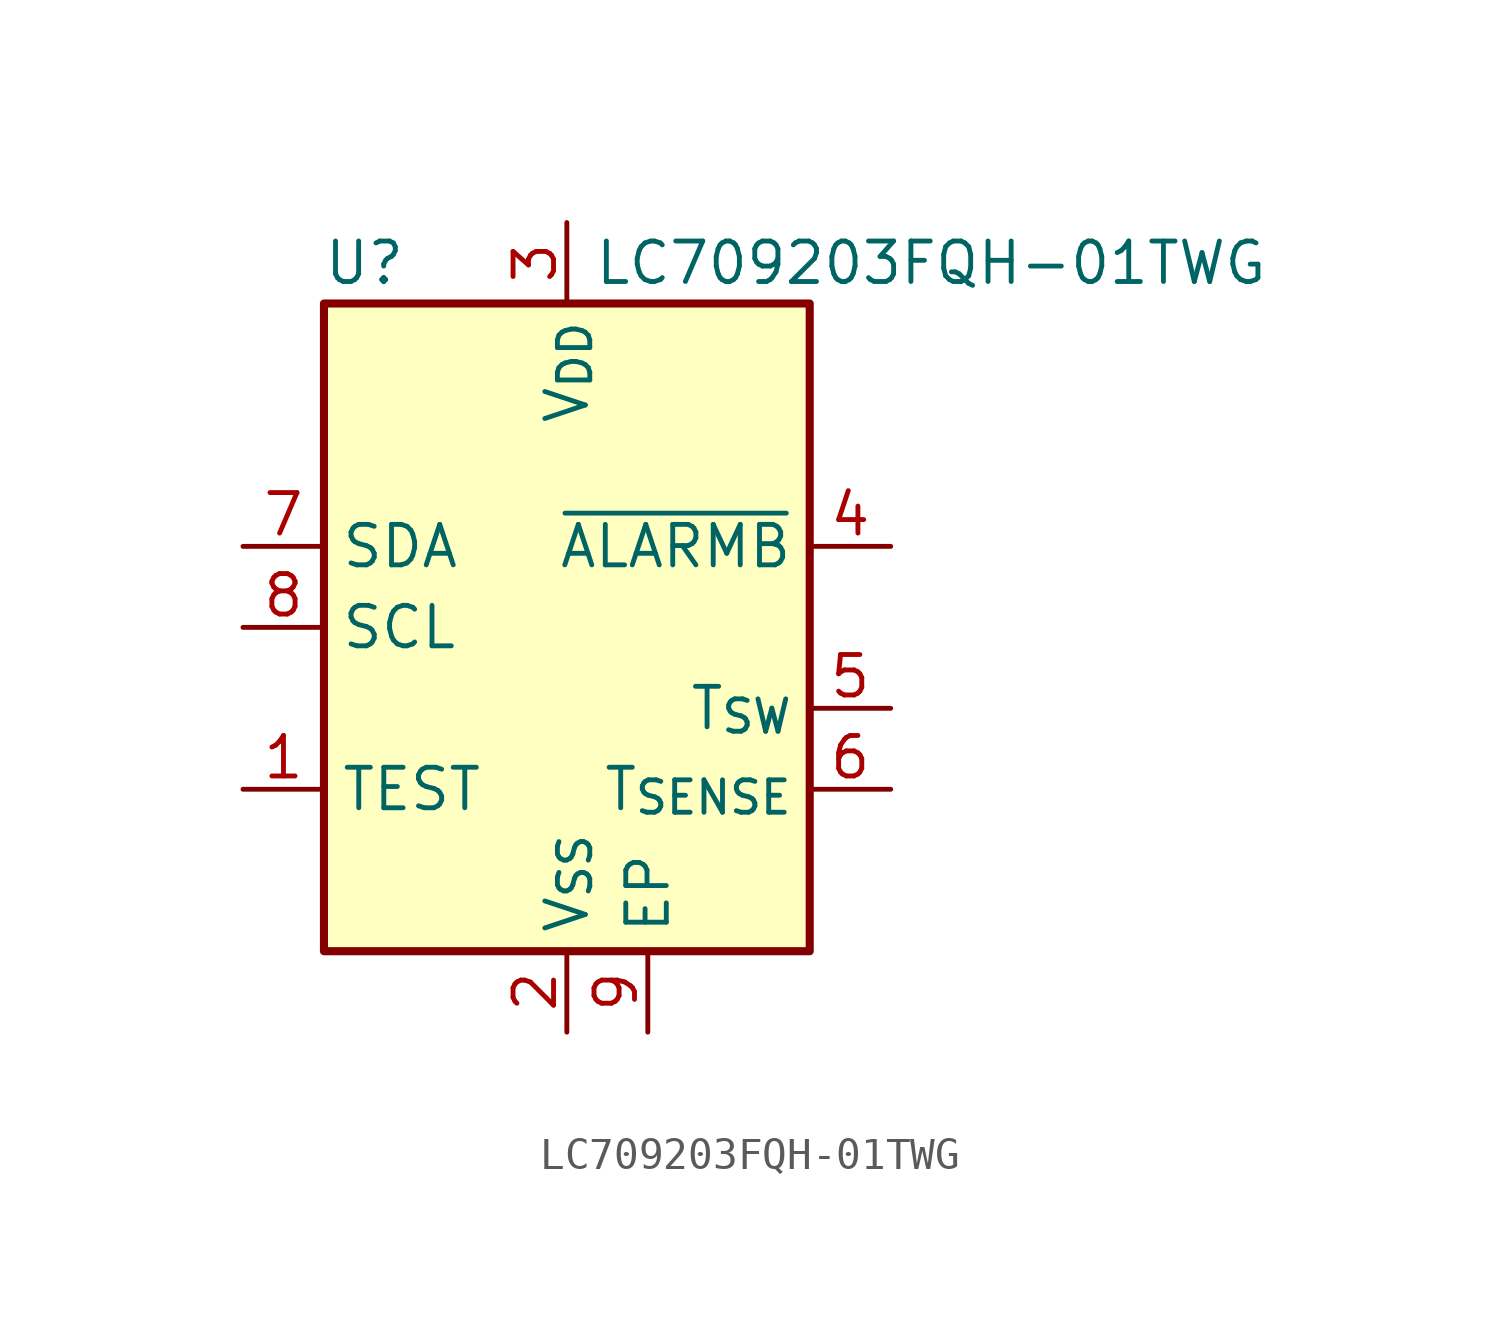
<source format=kicad_sym>
(kicad_symbol_lib
  (version 20220914)
  (generator kicad_symbol_editor)
  (symbol "LC709203FQH-01TWG"
    (property "Reference" "U"
      (at -6.35 11.43 0)
      (effects (font (size 1.27 1.27))))
    (property "Value" "LC709203FQH-01TWG"
      (at 11.43 11.43 0)
      (effects (font (size 1.27 1.27))))
    (symbol "LC709203FQH-01TWG_0_1"
      (rectangle (start -7.62 10.16) (end 7.62 -10.16) (stroke (width 0.254) (type default)) (fill (type background))))
    (symbol "LC709203FQH-01TWG_1_1"
      (pin input line (at -10.16 -5.08 0) (length 2.54) (name "TEST" (effects (font (size 1.27 1.27)))) (number "1" (effects (font (size 1.27 1.27)))))
      (pin power_in line (at 0 -12.7 90) (length 2.54) (name "V_{SS}" (effects (font (size 1.27 1.27)))) (number "2" (effects (font (size 1.27 1.27)))))
      (pin power_in line (at 0 12.7 270) (length 2.54) (name "V_{DD}" (effects (font (size 1.27 1.27)))) (number "3" (effects (font (size 1.27 1.27)))))
      (pin output line (at 10.16 2.54 180) (length 2.54) (name "~{ALARMB}" (effects (font (size 1.27 1.27)))) (number "4" (effects (font (size 1.27 1.27)))))
      (pin output line (at 10.16 -2.54 180) (length 2.54) (name "T_{SW}" (effects (font (size 1.27 1.27)))) (number "5" (effects (font (size 1.27 1.27)))))
      (pin input line (at 10.16 -5.08 180) (length 2.54) (name "T_{SENSE}" (effects (font (size 1.27 1.27)))) (number "6" (effects (font (size 1.27 1.27)))))
      (pin bidirectional line (at -10.16 2.54 0) (length 2.54) (name "SDA" (effects (font (size 1.27 1.27)))) (number "7" (effects (font (size 1.27 1.27)))))
      (pin input line (at -10.16 0 0) (length 2.54) (name "SCL" (effects (font (size 1.27 1.27)))) (number "8" (effects (font (size 1.27 1.27)))))
      (pin passive line (at 2.54 -12.7 90) (length 2.54) (name "EP" (effects (font (size 1.27 1.27)))) (number "9" (effects (font (size 1.27 1.27))))))))
</source>
